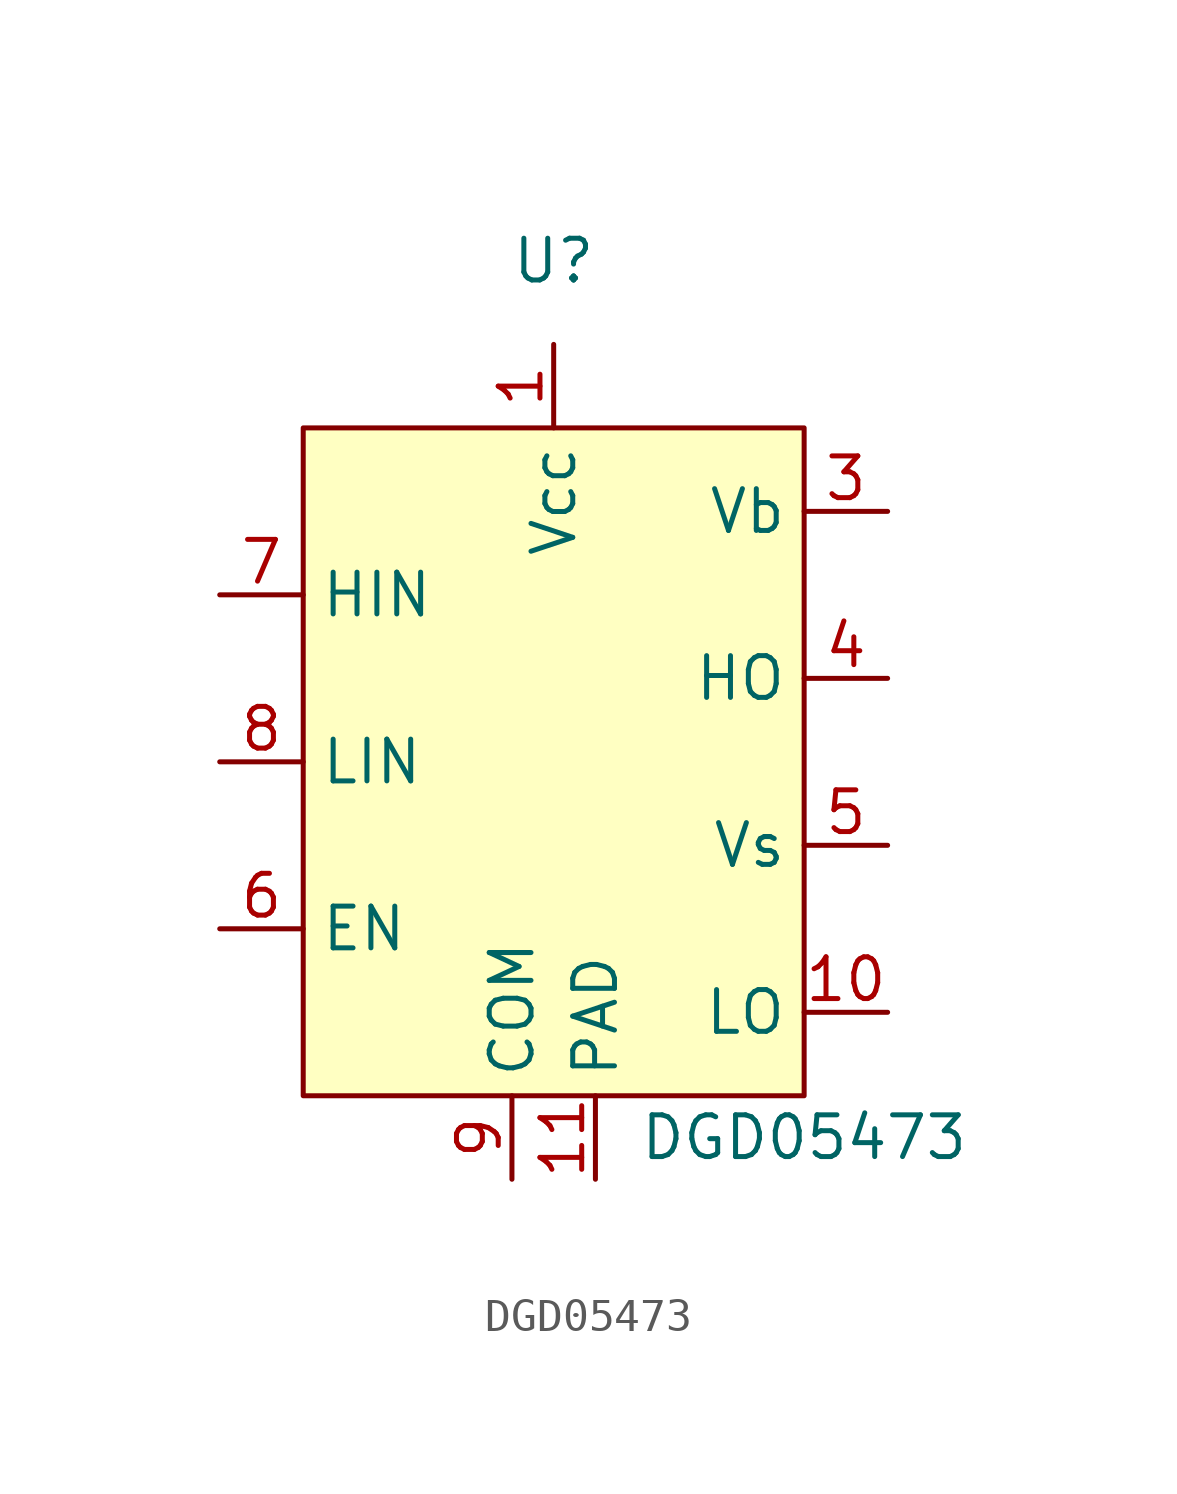
<source format=kicad_sym>
(kicad_symbol_lib
  (version 20211014)
  (generator kicad_symbol_editor)
  (symbol "DGD05473"
    (property "Reference" "U"
      (at 0 15.24 0)
      (effects (font (size 1.27 1.27))))
    (property "Value" "DGD05473"
      (at 7.62 -11.43 0)
      (effects (font (size 1.27 1.27))))
    (symbol "DGD05473_0_0"
      (pin power_in line (at 0 12.7 270) (length 2.54) (name "Vcc" (effects (font (size 1.27 1.27)))) (number "1" (effects (font (size 1.27 1.27)))))
      (pin output line (at 10.16 -7.62 180) (length 2.54) (name "LO" (effects (font (size 1.27 1.27)))) (number "10" (effects (font (size 1.27 1.27)))))
      (pin passive line (at 1.27 -12.7 90) (length 2.54) (name "PAD" (effects (font (size 1.27 1.27)))) (number "11" (effects (font (size 1.27 1.27)))))
      (pin no_connect line (at -8.89 -5.08 0) (length 2.54) hide (name "rNC" (effects (font (size 1.27 1.27)))) (number "2" (effects (font (size 1.27 1.27)))))
      (pin passive line (at 10.16 7.62 180) (length 2.54) (name "Vb" (effects (font (size 1.27 1.27)))) (number "3" (effects (font (size 1.27 1.27)))))
      (pin output line (at 10.16 2.54 180) (length 2.54) (name "HO" (effects (font (size 1.27 1.27)))) (number "4" (effects (font (size 1.27 1.27)))))
      (pin passive line (at 10.16 -2.54 180) (length 2.54) (name "Vs" (effects (font (size 1.27 1.27)))) (number "5" (effects (font (size 1.27 1.27)))))
      (pin input line (at -10.16 -5.08 0) (length 2.54) (name "EN" (effects (font (size 1.27 1.27)))) (number "6" (effects (font (size 1.27 1.27)))))
      (pin input line (at -10.16 5.08 0) (length 2.54) (name "HIN" (effects (font (size 1.27 1.27)))) (number "7" (effects (font (size 1.27 1.27)))))
      (pin input line (at -10.16 0 0) (length 2.54) (name "LIN" (effects (font (size 1.27 1.27)))) (number "8" (effects (font (size 1.27 1.27)))))
      (pin power_in line (at -1.27 -12.7 90) (length 2.54) (name "COM" (effects (font (size 1.27 1.27)))) (number "9" (effects (font (size 1.27 1.27))))))
    (symbol "DGD05473_0_1"
      (rectangle (start -7.62 10.16) (end 7.62 -10.16) (stroke (width 0) (type default) (color 0 0 0 0)) (fill (type background))))))
</source>
